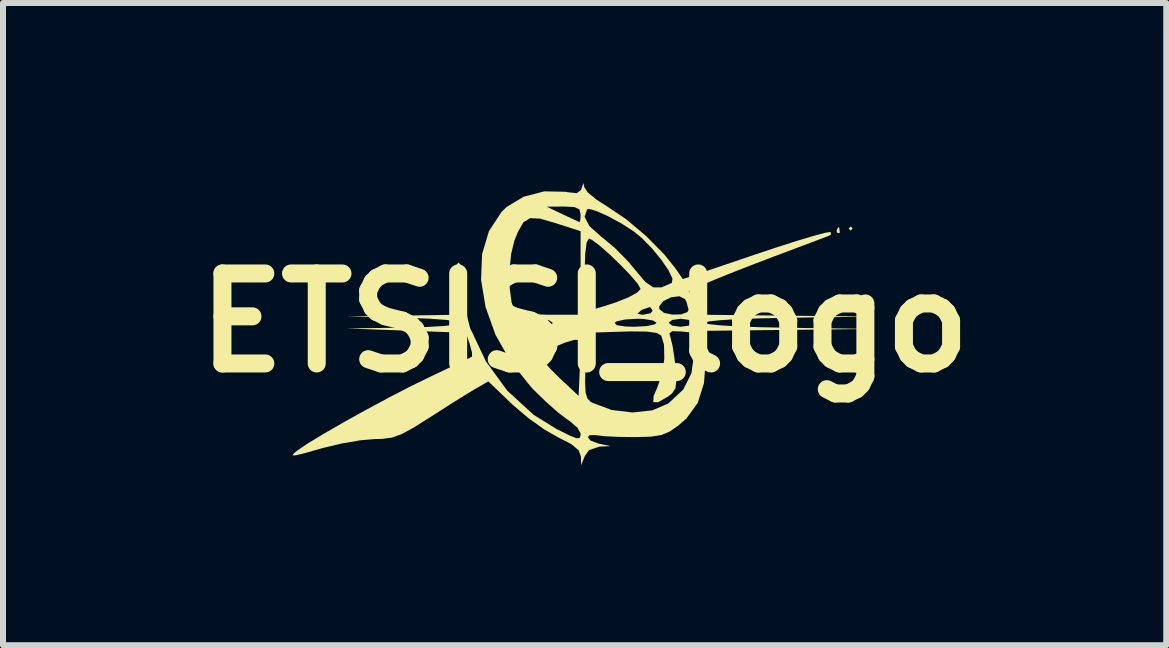
<source format=kicad_pcb>
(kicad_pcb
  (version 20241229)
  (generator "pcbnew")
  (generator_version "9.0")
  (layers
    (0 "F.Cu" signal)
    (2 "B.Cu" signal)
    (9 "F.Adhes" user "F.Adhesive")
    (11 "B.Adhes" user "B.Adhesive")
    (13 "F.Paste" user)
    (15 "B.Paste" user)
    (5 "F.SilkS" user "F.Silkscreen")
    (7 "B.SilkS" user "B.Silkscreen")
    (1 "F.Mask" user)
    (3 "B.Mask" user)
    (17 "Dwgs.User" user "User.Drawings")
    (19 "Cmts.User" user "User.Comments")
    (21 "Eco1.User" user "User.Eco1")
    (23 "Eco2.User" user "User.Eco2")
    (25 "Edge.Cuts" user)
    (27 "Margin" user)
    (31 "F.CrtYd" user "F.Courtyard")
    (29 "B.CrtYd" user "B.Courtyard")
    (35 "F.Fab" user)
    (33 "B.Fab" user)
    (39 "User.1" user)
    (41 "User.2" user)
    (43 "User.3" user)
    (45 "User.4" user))
  (footprint "ETSISI_logo"
    (layer "F.Cu")
    (at 6.693 2.329)
    (property "Reference" "ETSISI_logo" (at 0 0 0) (layer "F.SilkS") (effects (font (size 1.5 1.5) (thickness 0.3))))
    (attr board_only exclude_from_pos_files exclude_from_bom)
    (fp_poly (pts (xy -2.067 -0.969) (xy -2.1 -0.936) (xy -2.133 -0.969) (xy -2.1 -1.003)) (stroke (width 0) (type solid)) (fill yes) (layer "F.SilkS"))
    (fp_poly (pts (xy 4.467 -1.571) (xy 4.433 -1.537) (xy 4.4 -1.571) (xy 4.433 -1.604)) (stroke (width 0) (type solid)) (fill yes) (layer "F.SilkS"))
    (fp_poly (pts (xy 4.244 -1.582) (xy 4.252 -1.503) (xy 4.244 -1.493) (xy 4.205 -1.502) (xy 4.2 -1.537) (xy 4.224 -1.592)) (stroke (width 0) (type solid)) (fill yes) (layer "F.SilkS"))
    (fp_poly (pts (xy -0.009 -2.278) (xy -0.008 -2.262) (xy 0.051 -2.174) (xy 0.196 -2.053) (xy 0.369 -1.943) (xy 0.689 -1.728) (xy 1.024 -1.446) (xy 1.325 -1.141) (xy 1.506 -0.916) (xy 1.637 -0.728) (xy 2.832 -1.134) (xy 3.21 -1.26) (xy 3.546 -1.367) (xy 3.82 -1.449) (xy 4.01 -1.5) (xy 4.096 -1.513) (xy 4.097 -1.513) (xy 4.109 -1.473) (xy 4.067 -1.448) (xy 3.969 -1.411) (xy 3.773 -1.337) (xy 3.507 -1.237) (xy 3.198 -1.12) (xy 3.153 -1.104) (xy 2.815 -0.975) (xy 2.492 -0.849) (xy 2.221 -0.74) (xy 2.038 -0.664) (xy 2.037 -0.663) (xy 1.733 -0.528) (xy 1.835 -0.331) (xy 1.937 -0.134) (xy 3.385 -0.118) (xy 4.833 -0.103) (xy 3.417 -0.084) (xy 2.949 -0.074) (xy 2.56 -0.061) (xy 2.264 -0.043) (xy 2.072 -0.023) (xy 2 -0.001) (xy 2 0) (xy 2.064 0.022) (xy 2.249 0.042) (xy 2.539 0.06) (xy 2.923 0.074) (xy 3.386 0.083) (xy 3.417 0.084) (xy 4.833 0.103) (xy 3.426 0.118) (xy 2.019 0.134) (xy 2.021 0.585) (xy 1.989 1.007) (xy 1.884 1.336) (xy 1.695 1.597) (xy 1.562 1.712) (xy 1.417 1.813) (xy 1.279 1.871) (xy 1.103 1.898) (xy 0.846 1.905) (xy 0.805 1.905) (xy 0.545 1.901) (xy 0.328 1.89) (xy 0.196 1.874) (xy 0.188 1.872) (xy 0.083 1.874) (xy 0.054 1.904) (xy 0.096 1.962) (xy 0.226 2.012) (xy 0.233 2.013) (xy 0.433 2.056) (xy 0.248 2.064) (xy 0.073 2.122) (xy 0.002 2.223) (xy -0.058 2.373) (xy -0.062 2.227) (xy -0.1 2.124) (xy -0.221 2.023) (xy -0.435 1.913) (xy -0.669 1.78) (xy -0.938 1.588) (xy -1.187 1.377) (xy -1.205 1.36) (xy -1.605 0.977) (xy -1.819 1.1) (xy -1.97 1.191) (xy -2.195 1.331) (xy -2.455 1.497) (xy -2.586 1.581) (xy -2.854 1.75) (xy -3.051 1.856) (xy -3.211 1.913) (xy -3.372 1.935) (xy -3.495 1.938) (xy -3.733 1.958) (xy -4.038 2.01) (xy -4.351 2.084) (xy -4.406 2.099) (xy -4.667 2.173) (xy -4.816 2.209) (xy -4.87 2.209) (xy -4.844 2.174) (xy -4.797 2.136) (xy -4.623 2.017) (xy -4.356 1.855) (xy -4.023 1.663) (xy -3.651 1.456) (xy -3.268 1.25) (xy -2.899 1.059) (xy -2.571 0.899) (xy -2.559 0.893) (xy -2.29 0.765) (xy -2.07 0.66) (xy -1.923 0.588) (xy -1.876 0.563) (xy -1.878 0.493) (xy -1.915 0.355) (xy -1.978 0.167) (xy -2.972 0.131) (xy -3.967 0.095) (xy -3.017 0.081) (xy -2.646 0.071) (xy -2.353 0.054) (xy -2.155 0.033) (xy -2.069 0.007) (xy -2.067 0.002) (xy -2.13 -0.025) (xy -2.309 -0.048) (xy -2.583 -0.068) (xy -2.936 -0.082) (xy -3.017 -0.084) (xy -3.967 -0.104) (xy -3.028 -0.119) (xy -2.089 -0.134) (xy -2.108 -0.518) (xy -2.127 -0.902) (xy -2.066 -0.52) (xy -1.909 0.087) (xy -1.645 0.644) (xy -1.288 1.133) (xy -0.85 1.534) (xy -0.471 1.769) (xy -0.258 1.875) (xy -0.137 1.924) (xy -0.082 1.921) (xy -0.067 1.871) (xy -0.067 1.844) (xy -0.119 1.75) (xy -0.248 1.638) (xy -0.288 1.612) (xy -0.441 1.497) (xy -0.644 1.317) (xy -0.856 1.11) (xy -0.89 1.074) (xy -1.23 0.652) (xy -1.284 0.556) (xy -0.733 0.556) (xy -0.688 0.634) (xy -0.569 0.771) (xy -0.417 0.922) (xy -0.1 1.218) (xy -0.09 0.99) (xy 0.008 0.99) (xy 0.016 1.161) (xy 0.045 1.261) (xy 0.1 1.318) (xy 0.127 1.333) (xy 0.449 1.453) (xy 0.797 1.495) (xy 1.127 1.46) (xy 1.393 1.346) (xy 1.396 1.343) (xy 1.643 1.114) (xy 1.78 0.841) (xy 1.824 0.526) (xy 1.833 0.167) (xy 1.608 0.145) (xy 1.459 0.14) (xy 1.413 0.176) (xy 1.431 0.246) (xy 1.464 0.379) (xy 1.497 0.59) (xy 1.515 0.742) (xy 1.529 0.962) (xy 1.513 1.093) (xy 1.456 1.178) (xy 1.394 1.227) (xy 1.225 1.325) (xy 1.144 1.322) (xy 1.15 1.219) (xy 1.207 1.089) (xy 1.288 0.861) (xy 1.328 0.602) (xy 1.323 0.366) (xy 1.277 0.214) (xy 1.202 0.17) (xy 1.037 0.147) (xy 0.763 0.144) (xy 0.628 0.148) (xy 0.033 0.167) (xy 0.014 0.715) (xy 0.008 0.99) (xy -0.09 0.99) (xy -0.08 0.768) (xy -0.075 0.537) (xy -0.079 0.363) (xy -0.093 0.286) (xy -0.174 0.285) (xy -0.324 0.33) (xy -0.498 0.401) (xy -0.648 0.479) (xy -0.729 0.544) (xy -0.733 0.556) (xy -1.284 0.556) (xy -1.485 0.201) (xy -1.557 0) (xy -1.067 0) (xy -1.008 0.042) (xy -0.86 0.065) (xy -0.8 0.067) (xy -0.633 0.052) (xy -0.54 0.015) (xy -0.533 0) (xy 0.5 0) (xy 0.534 0.04) (xy 0.686 0.063) (xy 0.829 0.067) (xy 1.031 0.056) (xy 1.166 0.028) (xy 1.2 0) (xy 1.4 0) (xy 1.458 0.047) (xy 1.598 0.067) (xy 1.6 0.067) (xy 1.74 0.047) (xy 1.8 0.001) (xy 1.8 0) (xy 1.742 -0.047) (xy 1.602 -0.067) (xy 1.6 -0.067) (xy 1.46 -0.047) (xy 1.4 -0.001) (xy 1.4 0) (xy 1.2 0) (xy 1.14 -0.038) (xy 0.987 -0.063) (xy 0.871 -0.067) (xy 0.672 -0.054) (xy 0.533 -0.023) (xy 0.5 0) (xy -0.533 0) (xy -0.592 -0.042) (xy -0.74 -0.065) (xy -0.8 -0.067) (xy -0.967 -0.052) (xy -1.06 -0.015) (xy -1.067 0) (xy -1.557 0) (xy -1.651 -0.261) (xy -1.726 -0.715) (xy -1.72 -0.865) (xy -1.252 -0.865) (xy -1.249 -0.581) (xy -1.217 -0.34) (xy -1.169 -0.205) (xy -1.084 -0.17) (xy -0.896 -0.145) (xy -0.638 -0.134) (xy -0.596 -0.134) (xy -0.067 -0.134) (xy -0.067 -0.152) (xy 0.881 -0.152) (xy 0.947 -0.135) (xy 0.983 -0.135) (xy 1.1 -0.159) (xy 1.133 -0.201) (xy 1.091 -0.263) (xy 0.97 -0.223) (xy 0.933 -0.201) (xy 0.881 -0.152) (xy -0.067 -0.152) (xy -0.067 -0.802) (xy 0 -0.802) (xy 0.006 -0.537) (xy 0.02 -0.332) (xy 0.042 -0.216) (xy 0.054 -0.201) (xy 0.14 -0.221) (xy 0.314 -0.273) (xy 0.323 -0.276) (xy 1.243 -0.276) (xy 1.245 -0.228) (xy 1.323 -0.165) (xy 1.463 -0.136) (xy 1.611 -0.14) (xy 1.714 -0.179) (xy 1.732 -0.217) (xy 1.698 -0.346) (xy 1.672 -0.395) (xy 1.579 -0.442) (xy 1.443 -0.425) (xy 1.315 -0.363) (xy 1.243 -0.276) (xy 0.323 -0.276) (xy 0.52 -0.34) (xy 0.731 -0.424) (xy 0.88 -0.505) (xy 0.933 -0.564) (xy 0.887 -0.647) (xy 0.767 -0.789) (xy 0.602 -0.961) (xy 0.421 -1.136) (xy 0.251 -1.285) (xy 0.122 -1.382) (xy 0.072 -1.404) (xy 0.034 -1.339) (xy 0.01 -1.151) (xy 0.000133 -0.849) (xy 0 -0.802) (xy -0.067 -0.802) (xy -0.067 -0.83) (xy -0.067 -1.526) (xy -0.482 -1.66) (xy -0.74 -1.735) (xy -0.908 -1.744) (xy -1.021 -1.674) (xy -1.114 -1.51) (xy -1.172 -1.365) (xy -1.226 -1.142) (xy -1.252 -0.865) (xy -1.72 -0.865) (xy -1.709 -1.143) (xy -1.595 -1.527) (xy -1.384 -1.848) (xy -1.298 -1.931) (xy -1.292 -1.935) (xy -0.633 -1.935) (xy -0.367 -1.808) (xy -0.202 -1.731) (xy -0.099 -1.683) (xy -0.083 -1.676) (xy -0.07 -1.728) (xy -0.068 -1.767) (xy -0.001 -1.767) (xy 0.079 -1.612) (xy 0.276 -1.435) (xy 0.295 -1.421) (xy 0.506 -1.245) (xy 0.727 -1.02) (xy 0.845 -0.878) (xy 1.009 -0.683) (xy 1.142 -0.59) (xy 1.279 -0.589) (xy 1.454 -0.665) (xy 1.464 -0.736) (xy 1.398 -0.874) (xy 1.278 -1.05) (xy 1.124 -1.238) (xy 0.956 -1.41) (xy 0.821 -1.521) (xy 0.615 -1.654) (xy 0.4 -1.771) (xy 0.21 -1.857) (xy 0.078 -1.897) (xy 0.042 -1.891) (xy -0.001 -1.767) (xy -0.068 -1.767) (xy -0.067 -1.805) (xy -0.087 -1.89) (xy -0.172 -1.929) (xy -0.35 -1.937) (xy -0.633 -1.935) (xy -1.292 -1.935) (xy -1.015 -2.101) (xy -0.671 -2.19) (xy -0.321 -2.183) (xy -0.278 -2.175) (xy -0.129 -2.16) (xy -0.06 -2.213) (xy -0.047 -2.252) (xy -0.021 -2.329)) (stroke (width 0) (type solid)) (fill yes) (layer "F.SilkS")))
  (gr_rect
    (start -3 -3)
    (end 16.386 7.702)
    (stroke (width 0.1) (type default))
    (fill no)
    (layer "Edge.Cuts")))
</source>
